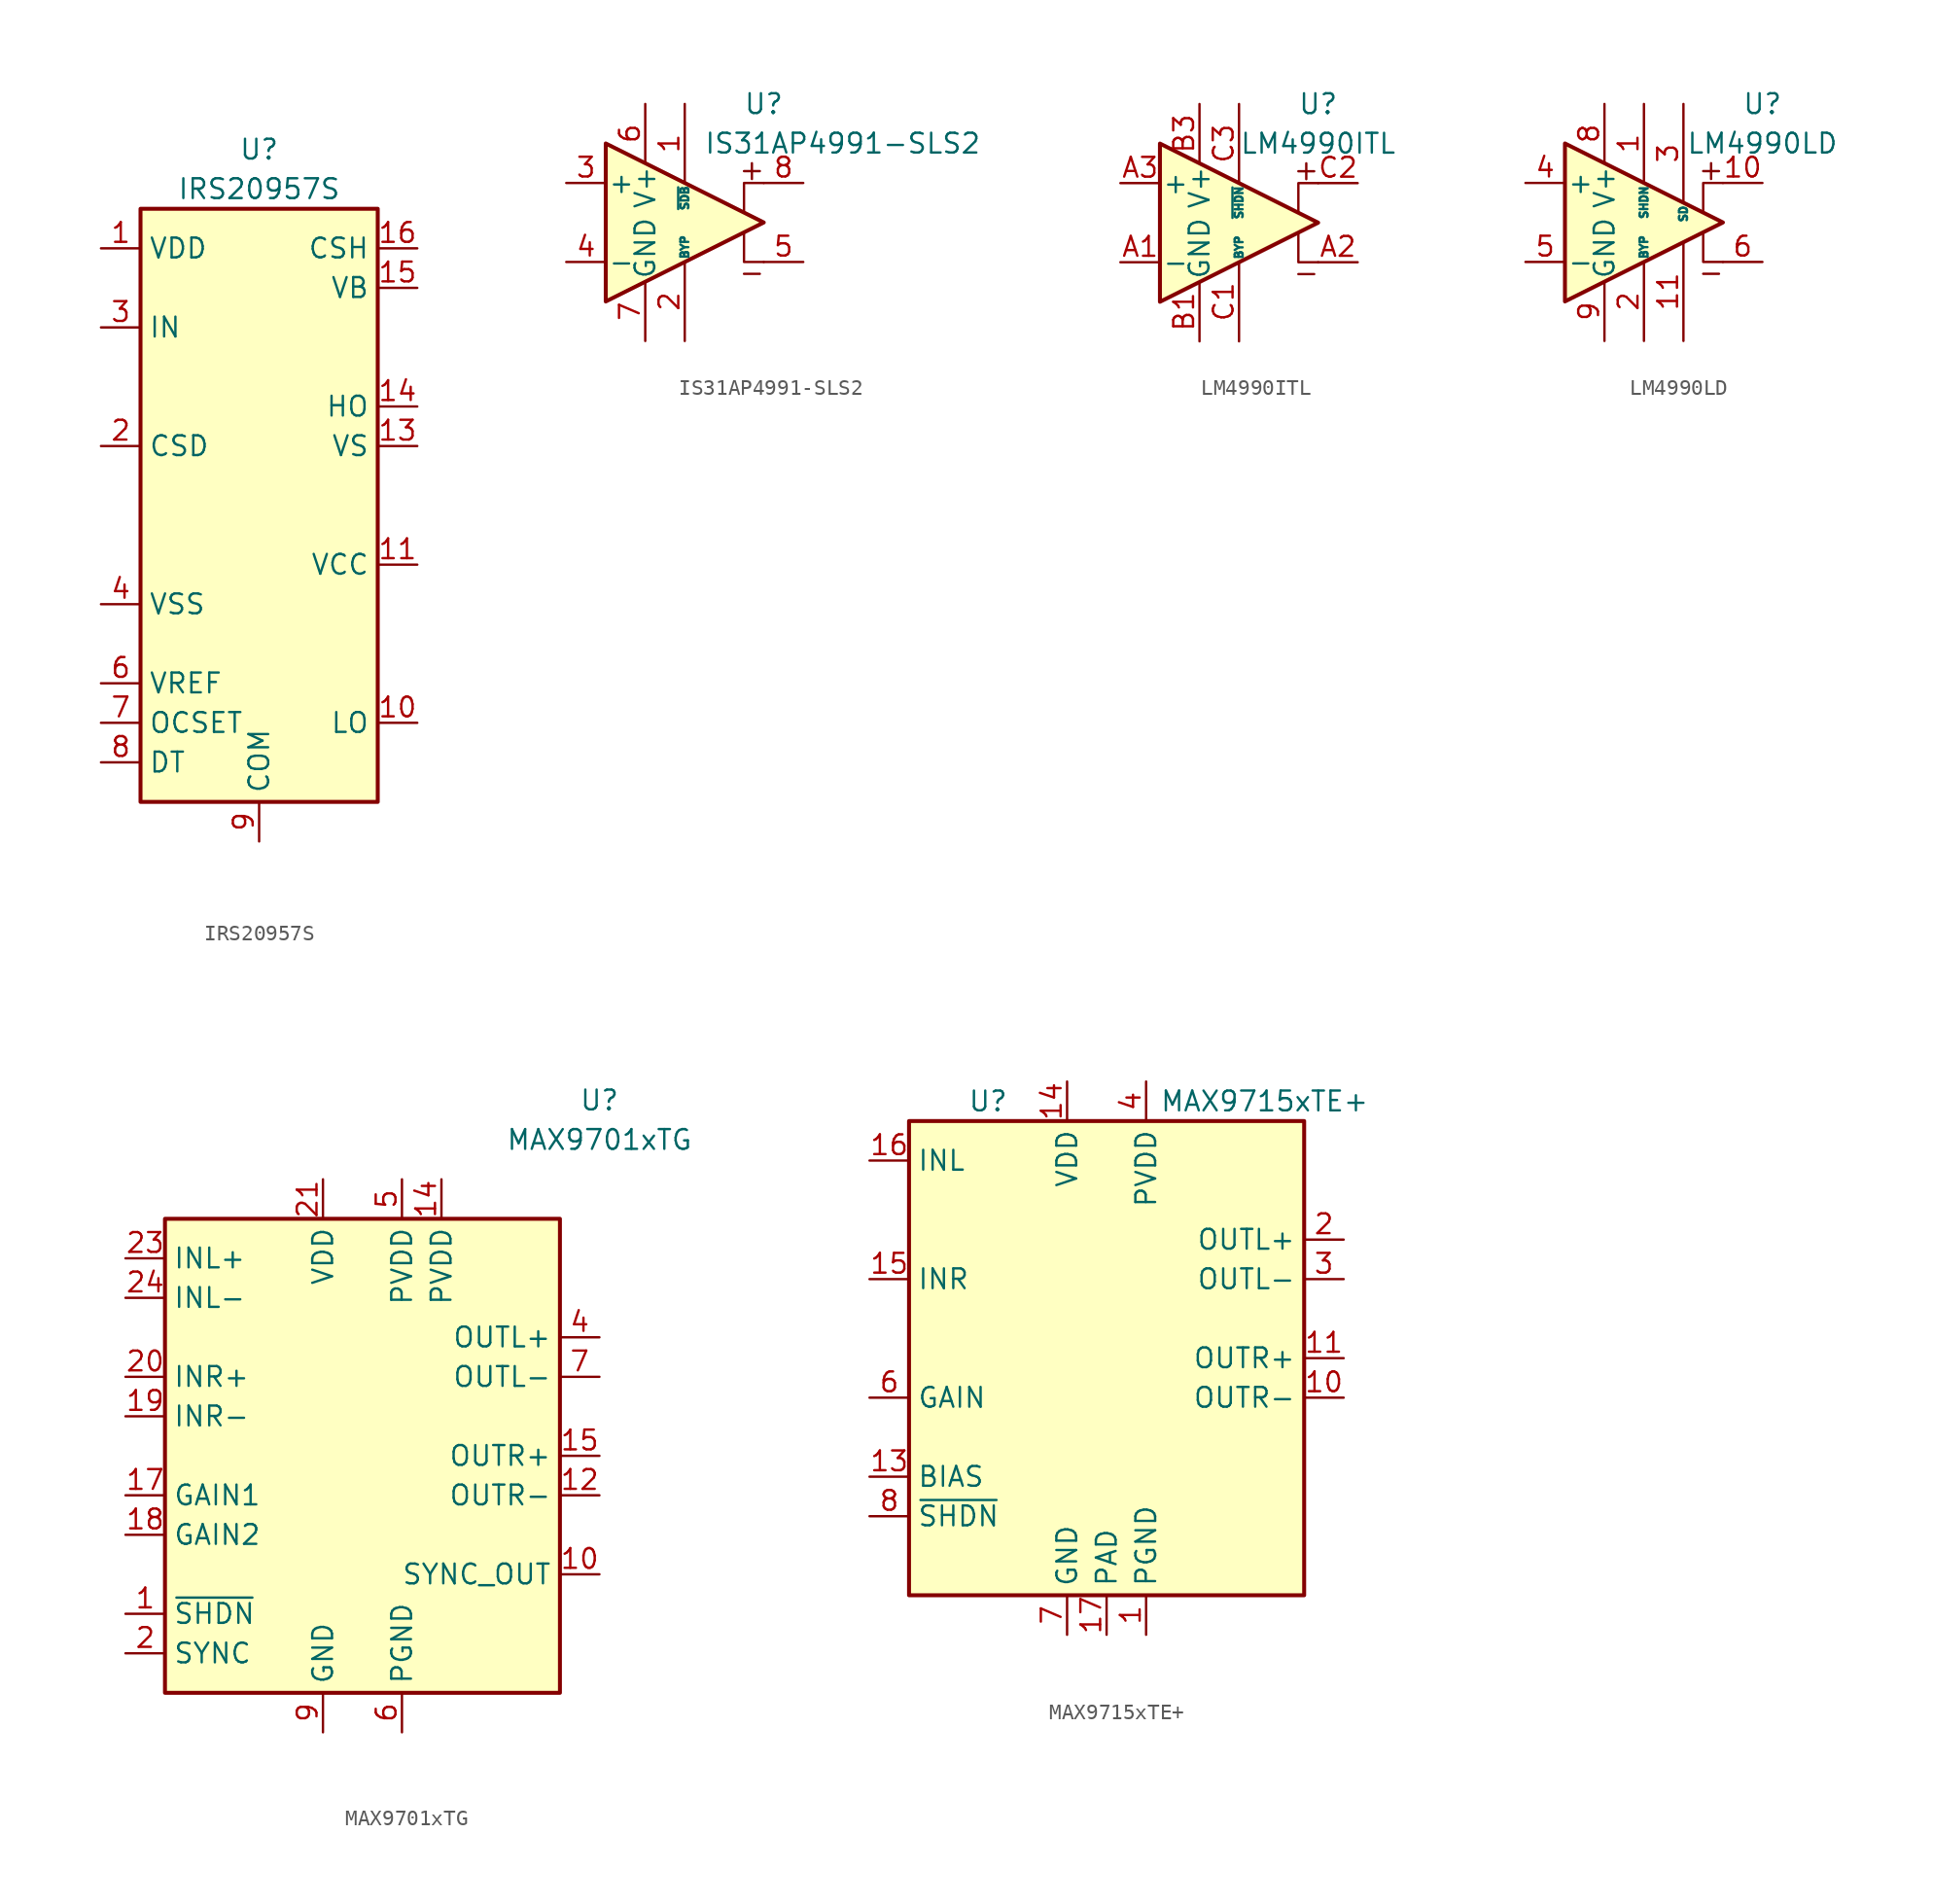
<source format=kicad_sym>
(kicad_symbol_lib
  (version 20241209)
  (generator "kicad_symbol_editor")
  (generator_version "9.0")
  (symbol "IRS20957S"
    (property "Reference" "U"
      (at 0 24.13 0)
      (effects (font (size 1.27 1.27))))
    (property "Value" "IRS20957S"
      (at 0 21.59 0)
      (effects (font (size 1.27 1.27))))
    (symbol "IRS20957S_0_1"
      (rectangle (start -7.62 -17.78) (end 7.62 20.32) (stroke (width 0.254) (type default)) (fill (type background))))
    (symbol "IRS20957S_1_1"
      (pin power_in line (at -10.16 17.78 0) (length 2.54) (name "VDD" (effects (font (size 1.27 1.27)))) (number "1" (effects (font (size 1.27 1.27)))))
      (pin input line (at -10.16 12.7 0) (length 2.54) (name "IN" (effects (font (size 1.27 1.27)))) (number "3" (effects (font (size 1.27 1.27)))))
      (pin passive line (at -10.16 5.08 0) (length 2.54) (name "CSD" (effects (font (size 1.27 1.27)))) (number "2" (effects (font (size 1.27 1.27)))))
      (pin power_in line (at -10.16 -5.08 0) (length 2.54) (name "VSS" (effects (font (size 1.27 1.27)))) (number "4" (effects (font (size 1.27 1.27)))))
      (pin power_out line (at -10.16 -10.16 0) (length 2.54) (name "VREF" (effects (font (size 1.27 1.27)))) (number "6" (effects (font (size 1.27 1.27)))))
      (pin passive line (at -10.16 -12.7 0) (length 2.54) (name "OCSET" (effects (font (size 1.27 1.27)))) (number "7" (effects (font (size 1.27 1.27)))))
      (pin passive line (at -10.16 -15.24 0) (length 2.54) (name "DT" (effects (font (size 1.27 1.27)))) (number "8" (effects (font (size 1.27 1.27)))))
      (pin no_connect line (at -7.62 0 0) (length 2.54) (hide yes) (name "NC" (effects (font (size 1.27 1.27)))) (number "5" (effects (font (size 1.27 1.27)))))
      (pin power_in line (at 0 -20.32 90) (length 2.54) (name "COM" (effects (font (size 1.27 1.27)))) (number "9" (effects (font (size 1.27 1.27)))))
      (pin no_connect line (at 7.62 0 180) (length 2.54) (hide yes) (name "NC" (effects (font (size 1.27 1.27)))) (number "12" (effects (font (size 1.27 1.27)))))
      (pin passive line (at 10.16 17.78 180) (length 2.54) (name "CSH" (effects (font (size 1.27 1.27)))) (number "16" (effects (font (size 1.27 1.27)))))
      (pin power_in line (at 10.16 15.24 180) (length 2.54) (name "VB" (effects (font (size 1.27 1.27)))) (number "15" (effects (font (size 1.27 1.27)))))
      (pin output line (at 10.16 7.62 180) (length 2.54) (name "HO" (effects (font (size 1.27 1.27)))) (number "14" (effects (font (size 1.27 1.27)))))
      (pin passive line (at 10.16 5.08 180) (length 2.54) (name "VS" (effects (font (size 1.27 1.27)))) (number "13" (effects (font (size 1.27 1.27)))))
      (pin power_in line (at 10.16 -2.54 180) (length 2.54) (name "VCC" (effects (font (size 1.27 1.27)))) (number "11" (effects (font (size 1.27 1.27)))))
      (pin output line (at 10.16 -12.7 180) (length 2.54) (name "LO" (effects (font (size 1.27 1.27)))) (number "10" (effects (font (size 1.27 1.27)))))))
  (symbol "IS31AP4991-SLS2"
    (pin_names
      (offset 0.127))
    (property "Reference" "U"
      (at 5.08 7.62 0)
      (effects (font (size 1.27 1.27))))
    (property "Value" "IS31AP4991-SLS2"
      (at 10.16 5.08 0)
      (effects (font (size 1.27 1.27))))
    (symbol "IS31AP4991-SLS2_0_1"
      (polyline (pts (xy 3.81 3.302) (xy 4.826 3.302)) (stroke (width 0) (type default)) (fill (type none)))
      (polyline (pts (xy 3.81 -3.302) (xy 4.826 -3.302)) (stroke (width 0) (type default)) (fill (type none)))
      (polyline (pts (xy 4.318 2.794) (xy 4.318 3.81)) (stroke (width 0) (type default)) (fill (type none))))
    (symbol "IS31AP4991-SLS2_1_1"
      (polyline (pts (xy -5.08 5.08) (xy 5.08 0) (xy -5.08 -5.08) (xy -5.08 5.08)) (stroke (width 0.254) (type default)) (fill (type background)))
      (polyline (pts (xy 3.81 -0.635) (xy 3.81 -2.54) (xy 5.08 -2.54)) (stroke (width 0) (type default)) (fill (type none)))
      (polyline (pts (xy 5.08 2.54) (xy 3.81 2.54) (xy 3.81 0.635)) (stroke (width 0) (type default)) (fill (type none)))
      (pin input line (at -7.62 2.54 0) (length 2.54) (name "+" (effects (font (size 1.27 1.27)))) (number "3" (effects (font (size 1.27 1.27)))))
      (pin input line (at -7.62 -2.54 0) (length 2.54) (name "-" (effects (font (size 1.27 1.27)))) (number "4" (effects (font (size 1.27 1.27)))))
      (pin power_in line (at -2.54 7.62 270) (length 3.81) (name "V+" (effects (font (size 1.27 1.27)))) (number "6" (effects (font (size 1.27 1.27)))))
      (pin power_in line (at -2.54 -7.62 90) (length 3.81) (name "GND" (effects (font (size 1.27 1.27)))) (number "7" (effects (font (size 1.27 1.27)))))
      (pin input line (at 0 7.62 270) (length 5.08) (name "~{SDB}" (effects (font (size 0.508 0.508)))) (number "1" (effects (font (size 1.27 1.27)))))
      (pin passive line (at 0 -7.62 90) (length 5.08) (name "BYP" (effects (font (size 0.508 0.508)))) (number "2" (effects (font (size 1.27 1.27)))))
      (pin output line (at 7.62 2.54 180) (length 2.54) (name "~" (effects (font (size 1.27 1.27)))) (number "8" (effects (font (size 1.27 1.27)))))
      (pin output line (at 7.62 -2.54 180) (length 2.54) (name "~" (effects (font (size 1.27 1.27)))) (number "5" (effects (font (size 1.27 1.27)))))))
  (symbol "LM4990ITL"
    (pin_names
      (offset 0.127))
    (property "Reference" "U"
      (at 5.08 7.62 0)
      (effects (font (size 1.27 1.27))))
    (property "Value" "LM4990ITL"
      (at 5.08 5.08 0)
      (effects (font (size 1.27 1.27))))
    (symbol "LM4990ITL_0_1"
      (polyline (pts (xy -5.08 5.08) (xy 5.08 0) (xy -5.08 -5.08) (xy -5.08 5.08)) (stroke (width 0.254) (type default)) (fill (type background)))
      (polyline (pts (xy 3.81 -0.635) (xy 3.81 -2.54) (xy 5.08 -2.54)) (stroke (width 0) (type default)) (fill (type none)))
      (polyline (pts (xy 5.08 2.54) (xy 3.81 2.54) (xy 3.81 0.635)) (stroke (width 0) (type default)) (fill (type none))))
    (symbol "LM4990ITL_1_1"
      (polyline (pts (xy 3.81 -3.302) (xy 4.826 -3.302)) (stroke (width 0) (type default)) (fill (type none)))
      (polyline (pts (xy 4.318 3.81) (xy 4.318 2.794)) (stroke (width 0) (type default)) (fill (type none)))
      (polyline (pts (xy 4.826 3.302) (xy 3.81 3.302)) (stroke (width 0) (type default)) (fill (type none)))
      (pin input line (at -7.62 2.54 0) (length 2.54) (name "+" (effects (font (size 1.27 1.27)))) (number "A3" (effects (font (size 1.27 1.27)))))
      (pin input line (at -7.62 -2.54 0) (length 2.54) (name "-" (effects (font (size 1.27 1.27)))) (number "A1" (effects (font (size 1.27 1.27)))))
      (pin power_in line (at -2.54 7.62 270) (length 3.81) (name "V+" (effects (font (size 1.27 1.27)))) (number "B3" (effects (font (size 1.27 1.27)))))
      (pin power_in line (at -2.54 -7.62 90) (length 3.81) (name "GND" (effects (font (size 1.27 1.27)))) (number "B1" (effects (font (size 1.27 1.27)))))
      (pin passive line (at -2.54 -7.62 90) (length 3.81) (hide yes) (name "GND" (effects (font (size 1.27 1.27)))) (number "B2" (effects (font (size 1.27 1.27)))))
      (pin input line (at 0 7.62 270) (length 5.08) (name "~{SHDN}" (effects (font (size 0.508 0.508)))) (number "C3" (effects (font (size 1.27 1.27)))))
      (pin input line (at 0 -7.62 90) (length 5.08) (name "BYP" (effects (font (size 0.508 0.508)))) (number "C1" (effects (font (size 1.27 1.27)))))
      (pin output line (at 7.62 2.54 180) (length 2.54) (name "~" (effects (font (size 1.27 1.27)))) (number "C2" (effects (font (size 1.27 1.27)))))
      (pin output line (at 7.62 -2.54 180) (length 2.54) (name "~" (effects (font (size 1.27 1.27)))) (number "A2" (effects (font (size 1.27 1.27)))))))
  (symbol "LM4990LD"
    (pin_names
      (offset 0.127))
    (property "Reference" "U"
      (at 7.62 7.62 0)
      (effects (font (size 1.27 1.27))))
    (property "Value" "LM4990LD"
      (at 7.62 5.08 0)
      (effects (font (size 1.27 1.27))))
    (symbol "LM4990LD_0_1"
      (polyline (pts (xy -5.08 5.08) (xy 5.08 0) (xy -5.08 -5.08) (xy -5.08 5.08)) (stroke (width 0.254) (type default)) (fill (type background)))
      (polyline (pts (xy 3.81 -0.635) (xy 3.81 -2.54) (xy 5.08 -2.54)) (stroke (width 0) (type default)) (fill (type none)))
      (polyline (pts (xy 5.08 2.54) (xy 3.81 2.54) (xy 3.81 0.635)) (stroke (width 0) (type default)) (fill (type none))))
    (symbol "LM4990LD_1_1"
      (polyline (pts (xy 3.81 -3.302) (xy 4.826 -3.302)) (stroke (width 0) (type default)) (fill (type none)))
      (polyline (pts (xy 4.318 3.81) (xy 4.318 2.794)) (stroke (width 0) (type default)) (fill (type none)))
      (polyline (pts (xy 4.826 3.302) (xy 3.81 3.302)) (stroke (width 0) (type default)) (fill (type none)))
      (pin input line (at -7.62 2.54 0) (length 2.54) (name "+" (effects (font (size 1.27 1.27)))) (number "4" (effects (font (size 1.27 1.27)))))
      (pin input line (at -7.62 -2.54 0) (length 2.54) (name "-" (effects (font (size 1.27 1.27)))) (number "5" (effects (font (size 1.27 1.27)))))
      (pin power_in line (at -2.54 7.62 270) (length 3.81) (name "V+" (effects (font (size 1.27 1.27)))) (number "8" (effects (font (size 1.27 1.27)))))
      (pin power_in line (at -2.54 -7.62 90) (length 3.81) (name "GND" (effects (font (size 1.27 1.27)))) (number "9" (effects (font (size 1.27 1.27)))))
      (pin input line (at 0 7.62 270) (length 5.08) (name "SHDN" (effects (font (size 0.508 0.508)))) (number "1" (effects (font (size 1.27 1.27)))))
      (pin no_connect line (at 0 2.54 270) (length 2.54) (hide yes) (name "NC" (effects (font (size 1.27 1.27)))) (number "7" (effects (font (size 1.27 1.27)))))
      (pin input line (at 0 -7.62 90) (length 5.08) (name "BYP" (effects (font (size 0.508 0.508)))) (number "2" (effects (font (size 1.27 1.27)))))
      (pin input line (at 2.54 7.62 270) (length 6.35) (name "SD" (effects (font (size 0.508 0.508)))) (number "3" (effects (font (size 1.27 1.27)))))
      (pin power_in line (at 2.54 -7.62 90) (length 6.35) (name "~" (effects (font (size 1.27 1.27)))) (number "11" (effects (font (size 1.27 1.27)))))
      (pin output line (at 7.62 2.54 180) (length 2.54) (name "~" (effects (font (size 1.27 1.27)))) (number "10" (effects (font (size 1.27 1.27)))))
      (pin output line (at 7.62 -2.54 180) (length 2.54) (name "~" (effects (font (size 1.27 1.27)))) (number "6" (effects (font (size 1.27 1.27)))))))
  (symbol "MAX9701xTG"
    (property "Reference" "U"
      (at 15.24 22.86 0)
      (effects (font (size 1.27 1.27))))
    (property "Value" "MAX9701xTG"
      (at 15.24 20.32 0)
      (effects (font (size 1.27 1.27))))
    (symbol "MAX9701xTG_0_1"
      (rectangle (start -12.7 15.24) (end 12.7 -15.24) (stroke (width 0.254) (type default)) (fill (type background))))
    (symbol "MAX9701xTG_1_1"
      (pin input line (at -15.24 12.7 0) (length 2.54) (name "INL+" (effects (font (size 1.27 1.27)))) (number "23" (effects (font (size 1.27 1.27)))))
      (pin input line (at -15.24 10.16 0) (length 2.54) (name "INL-" (effects (font (size 1.27 1.27)))) (number "24" (effects (font (size 1.27 1.27)))))
      (pin input line (at -15.24 5.08 0) (length 2.54) (name "INR+" (effects (font (size 1.27 1.27)))) (number "20" (effects (font (size 1.27 1.27)))))
      (pin input line (at -15.24 2.54 0) (length 2.54) (name "INR-" (effects (font (size 1.27 1.27)))) (number "19" (effects (font (size 1.27 1.27)))))
      (pin input line (at -15.24 -2.54 0) (length 2.54) (name "GAIN1" (effects (font (size 1.27 1.27)))) (number "17" (effects (font (size 1.27 1.27)))))
      (pin input line (at -15.24 -5.08 0) (length 2.54) (name "GAIN2" (effects (font (size 1.27 1.27)))) (number "18" (effects (font (size 1.27 1.27)))))
      (pin input line (at -15.24 -10.16 0) (length 2.54) (name "~{SHDN}" (effects (font (size 1.27 1.27)))) (number "1" (effects (font (size 1.27 1.27)))))
      (pin input line (at -15.24 -12.7 0) (length 2.54) (name "SYNC" (effects (font (size 1.27 1.27)))) (number "2" (effects (font (size 1.27 1.27)))))
      (pin power_in line (at -2.54 17.78 270) (length 2.54) (name "VDD" (effects (font (size 1.27 1.27)))) (number "21" (effects (font (size 1.27 1.27)))))
      (pin passive line (at -2.54 -17.78 90) (length 2.54) (hide yes) (name "GND" (effects (font (size 1.27 1.27)))) (number "22" (effects (font (size 1.27 1.27)))))
      (pin passive line (at -2.54 -17.78 90) (length 2.54) (hide yes) (name "GND" (effects (font (size 1.27 1.27)))) (number "25" (effects (font (size 1.27 1.27)))))
      (pin power_in line (at -2.54 -17.78 90) (length 2.54) (name "GND" (effects (font (size 1.27 1.27)))) (number "9" (effects (font (size 1.27 1.27)))))
      (pin power_in line (at 2.54 17.78 270) (length 2.54) (name "PVDD" (effects (font (size 1.27 1.27)))) (number "5" (effects (font (size 1.27 1.27)))))
      (pin passive line (at 2.54 -17.78 90) (length 2.54) (hide yes) (name "PGND" (effects (font (size 1.27 1.27)))) (number "13" (effects (font (size 1.27 1.27)))))
      (pin power_in line (at 2.54 -17.78 90) (length 2.54) (name "PGND" (effects (font (size 1.27 1.27)))) (number "6" (effects (font (size 1.27 1.27)))))
      (pin power_in line (at 5.08 17.78 270) (length 2.54) (name "PVDD" (effects (font (size 1.27 1.27)))) (number "14" (effects (font (size 1.27 1.27)))))
      (pin no_connect line (at 12.7 10.16 180) (length 2.54) (hide yes) (name "NC" (effects (font (size 1.27 1.27)))) (number "3" (effects (font (size 1.27 1.27)))))
      (pin no_connect line (at 12.7 2.54 180) (length 2.54) (hide yes) (name "NC" (effects (font (size 1.27 1.27)))) (number "8" (effects (font (size 1.27 1.27)))))
      (pin no_connect line (at 12.7 -5.08 180) (length 2.54) (hide yes) (name "NC" (effects (font (size 1.27 1.27)))) (number "11" (effects (font (size 1.27 1.27)))))
      (pin no_connect line (at 12.7 -10.16 180) (length 2.54) (hide yes) (name "NC" (effects (font (size 1.27 1.27)))) (number "16" (effects (font (size 1.27 1.27)))))
      (pin power_out line (at 15.24 7.62 180) (length 2.54) (name "OUTL+" (effects (font (size 1.27 1.27)))) (number "4" (effects (font (size 1.27 1.27)))))
      (pin power_out line (at 15.24 5.08 180) (length 2.54) (name "OUTL-" (effects (font (size 1.27 1.27)))) (number "7" (effects (font (size 1.27 1.27)))))
      (pin power_out line (at 15.24 0 180) (length 2.54) (name "OUTR+" (effects (font (size 1.27 1.27)))) (number "15" (effects (font (size 1.27 1.27)))))
      (pin power_out line (at 15.24 -2.54 180) (length 2.54) (name "OUTR-" (effects (font (size 1.27 1.27)))) (number "12" (effects (font (size 1.27 1.27)))))
      (pin output line (at 15.24 -7.62 180) (length 2.54) (name "SYNC_OUT" (effects (font (size 1.27 1.27)))) (number "10" (effects (font (size 1.27 1.27)))))))
  (symbol "MAX9715xTE+"
    (property "Reference" "U"
      (at -7.62 16.51 0)
      (effects (font (size 1.27 1.27))))
    (property "Value" "MAX9715xTE+"
      (at 10.16 16.51 0)
      (effects (font (size 1.27 1.27))))
    (symbol "MAX9715xTE+_0_1"
      (rectangle (start -12.7 15.24) (end 12.7 -15.24) (stroke (width 0.254) (type default)) (fill (type background))))
    (symbol "MAX9715xTE+_1_1"
      (pin input line (at -15.24 12.7 0) (length 2.54) (name "INL" (effects (font (size 1.27 1.27)))) (number "16" (effects (font (size 1.27 1.27)))))
      (pin input line (at -15.24 5.08 0) (length 2.54) (name "INR" (effects (font (size 1.27 1.27)))) (number "15" (effects (font (size 1.27 1.27)))))
      (pin input line (at -15.24 -2.54 0) (length 2.54) (name "GAIN" (effects (font (size 1.27 1.27)))) (number "6" (effects (font (size 1.27 1.27)))))
      (pin passive line (at -15.24 -7.62 0) (length 2.54) (name "BIAS" (effects (font (size 1.27 1.27)))) (number "13" (effects (font (size 1.27 1.27)))))
      (pin input line (at -15.24 -10.16 0) (length 2.54) (name "~{SHDN}" (effects (font (size 1.27 1.27)))) (number "8" (effects (font (size 1.27 1.27)))))
      (pin power_in line (at -2.54 17.78 270) (length 2.54) (name "VDD" (effects (font (size 1.27 1.27)))) (number "14" (effects (font (size 1.27 1.27)))))
      (pin power_in line (at -2.54 -17.78 90) (length 2.54) (name "GND" (effects (font (size 1.27 1.27)))) (number "7" (effects (font (size 1.27 1.27)))))
      (pin passive line (at 0 -17.78 90) (length 2.54) (name "PAD" (effects (font (size 1.27 1.27)))) (number "17" (effects (font (size 1.27 1.27)))))
      (pin power_in line (at 2.54 17.78 270) (length 2.54) (name "PVDD" (effects (font (size 1.27 1.27)))) (number "4" (effects (font (size 1.27 1.27)))))
      (pin passive line (at 2.54 17.78 270) (length 2.54) (hide yes) (name "PVDD" (effects (font (size 1.27 1.27)))) (number "9" (effects (font (size 1.27 1.27)))))
      (pin power_in line (at 2.54 -17.78 90) (length 2.54) (name "PGND" (effects (font (size 1.27 1.27)))) (number "1" (effects (font (size 1.27 1.27)))))
      (pin passive line (at 2.54 -17.78 90) (length 2.54) (hide yes) (name "PGND" (effects (font (size 1.27 1.27)))) (number "12" (effects (font (size 1.27 1.27)))))
      (pin no_connect line (at 10.16 5.08 180) (length 2.54) (hide yes) (name "NC" (effects (font (size 1.27 1.27)))) (number "5" (effects (font (size 1.27 1.27)))))
      (pin output line (at 15.24 7.62 180) (length 2.54) (name "OUTL+" (effects (font (size 1.27 1.27)))) (number "2" (effects (font (size 1.27 1.27)))))
      (pin output line (at 15.24 5.08 180) (length 2.54) (name "OUTL-" (effects (font (size 1.27 1.27)))) (number "3" (effects (font (size 1.27 1.27)))))
      (pin output line (at 15.24 0 180) (length 2.54) (name "OUTR+" (effects (font (size 1.27 1.27)))) (number "11" (effects (font (size 1.27 1.27)))))
      (pin output line (at 15.24 -2.54 180) (length 2.54) (name "OUTR-" (effects (font (size 1.27 1.27)))) (number "10" (effects (font (size 1.27 1.27))))))))
</source>
